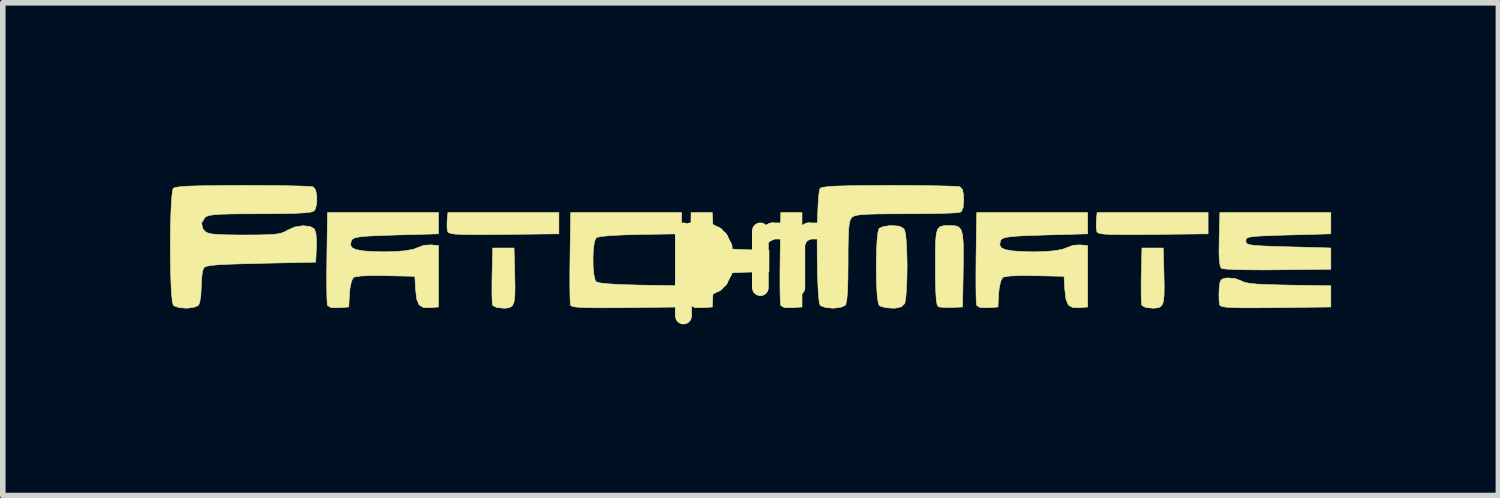
<source format=kicad_pcb>
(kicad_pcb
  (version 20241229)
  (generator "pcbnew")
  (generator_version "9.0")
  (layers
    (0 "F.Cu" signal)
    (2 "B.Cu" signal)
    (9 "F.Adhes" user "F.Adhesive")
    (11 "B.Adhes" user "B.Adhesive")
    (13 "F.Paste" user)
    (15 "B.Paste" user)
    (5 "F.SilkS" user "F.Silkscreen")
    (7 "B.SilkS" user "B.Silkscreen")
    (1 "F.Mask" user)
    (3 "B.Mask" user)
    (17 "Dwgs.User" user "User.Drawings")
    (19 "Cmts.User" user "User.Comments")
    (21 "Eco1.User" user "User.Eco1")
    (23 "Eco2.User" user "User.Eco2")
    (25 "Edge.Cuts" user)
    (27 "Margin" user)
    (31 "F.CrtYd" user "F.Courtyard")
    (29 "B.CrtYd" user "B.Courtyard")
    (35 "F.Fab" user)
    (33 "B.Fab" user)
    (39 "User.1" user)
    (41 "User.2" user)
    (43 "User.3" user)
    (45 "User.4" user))
  (footprint "pm"
    (layer "F.Cu")
    (at 10.549 1.418)
    (property "Reference" "pm" (at 0 0 0) (layer "F.SilkS") (effects (font (size 1.524 1.524) (thickness 0.3))))
    (attr through_hole)
    (fp_poly (pts (xy 0.783 1.037) (xy 0.603 1.05) (xy 0.465 1.047) (xy 0.402 1.01) (xy 0.401 1.007) (xy 0.395 0.948) (xy 0.39 0.819) (xy 0.388 0.634) (xy 0.388 0.407) (xy 0.391 0.152) (xy 0.391 0.147) (xy 0.402 -0.656) (xy 0.783 -0.656) (xy 0.783 1.037)) (stroke (width 0.01) (type solid)) (fill yes) (layer "F.SilkS"))
    (fp_poly (pts (xy -3.577 -0.275) (xy -4.562 -0.264) (xy -4.884 -0.261) (xy -5.13 -0.261) (xy -5.311 -0.264) (xy -5.436 -0.27) (xy -5.515 -0.281) (xy -5.557 -0.297) (xy -5.571 -0.313) (xy -5.583 -0.395) (xy -5.581 -0.511) (xy -5.58 -0.515) (xy -5.567 -0.656) (xy -3.577 -0.656) (xy -3.577 -0.275)) (stroke (width 0.01) (type solid)) (fill yes) (layer "F.SilkS"))
    (fp_poly (pts (xy 8.065 -0.275) (xy 7.079 -0.264) (xy 6.758 -0.261) (xy 6.512 -0.261) (xy 6.331 -0.264) (xy 6.206 -0.27) (xy 6.127 -0.281) (xy 6.085 -0.297) (xy 6.071 -0.313) (xy 6.059 -0.395) (xy 6.061 -0.511) (xy 6.061 -0.515) (xy 6.075 -0.656) (xy 8.065 -0.656) (xy 8.065 -0.275)) (stroke (width 0.01) (type solid)) (fill yes) (layer "F.SilkS"))
    (fp_poly (pts (xy -4.369 0.423) (xy -4.364 0.667) (xy -4.367 0.839) (xy -4.382 0.952) (xy -4.413 1.017) (xy -4.464 1.049) (xy -4.54 1.058) (xy -4.574 1.058) (xy -4.695 1.045) (xy -4.762 1.01) (xy -4.765 1.003) (xy -4.773 0.94) (xy -4.777 0.812) (xy -4.777 0.639) (xy -4.775 0.463) (xy -4.763 -0.021) (xy -4.381 -0.021) (xy -4.369 0.423)) (stroke (width 0.01) (type solid)) (fill yes) (layer "F.SilkS"))
    (fp_poly (pts (xy 7.273 0.423) (xy 7.278 0.667) (xy 7.275 0.839) (xy 7.26 0.952) (xy 7.229 1.017) (xy 7.178 1.049) (xy 7.102 1.058) (xy 7.068 1.058) (xy 6.946 1.045) (xy 6.88 1.01) (xy 6.876 1.003) (xy 6.869 0.94) (xy 6.865 0.812) (xy 6.864 0.639) (xy 6.867 0.463) (xy 6.879 -0.021) (xy 7.26 -0.021) (xy 7.273 0.423)) (stroke (width 0.01) (type solid)) (fill yes) (layer "F.SilkS"))
    (fp_poly (pts (xy 8.548 0.526) (xy 8.657 0.568) (xy 8.713 0.593) (xy 8.802 0.612) (xy 8.935 0.626) (xy 9.125 0.635) (xy 9.382 0.642) (xy 9.511 0.645) (xy 10.266 0.656) (xy 10.266 1.037) (xy 9.281 1.049) (xy 8.958 1.051) (xy 8.711 1.052) (xy 8.529 1.048) (xy 8.404 1.042) (xy 8.325 1.03) (xy 8.284 1.015) (xy 8.273 1.001) (xy 8.262 0.926) (xy 8.26 0.802) (xy 8.263 0.735) (xy 8.274 0.612) (xy 8.299 0.549) (xy 8.353 0.524) (xy 8.417 0.516) (xy 8.548 0.526)) (stroke (width 0.01) (type solid)) (fill yes) (layer "F.SilkS"))
    (fp_poly (pts (xy 3.448 -0.423) (xy 3.532 -0.419) (xy 3.593 -0.397) (xy 3.635 -0.347) (xy 3.661 -0.257) (xy 3.674 -0.117) (xy 3.677 0.085) (xy 3.674 0.36) (xy 3.674 0.365) (xy 3.662 1.037) (xy 3.471 1.045) (xy 3.344 1.046) (xy 3.248 1.037) (xy 3.228 1.031) (xy 3.207 0.998) (xy 3.191 0.913) (xy 3.182 0.768) (xy 3.176 0.553) (xy 3.175 0.319) (xy 3.175 0.052) (xy 3.179 -0.142) (xy 3.191 -0.274) (xy 3.215 -0.357) (xy 3.256 -0.401) (xy 3.317 -0.42) (xy 3.403 -0.423) (xy 3.448 -0.423)) (stroke (width 0.01) (type solid)) (fill yes) (layer "F.SilkS"))
    (fp_poly (pts (xy -0.813 -0.374) (xy -0.799 -0.216) (xy -0.773 -0.098) (xy -0.747 -0.048) (xy -0.684 -0.028) (xy -0.557 -0.01) (xy -0.387 0.003) (xy -0.252 0.009) (xy 0.191 0.021) (xy 0.191 0.402) (xy -0.252 0.414) (xy -0.441 0.423) (xy -0.6 0.438) (xy -0.711 0.457) (xy -0.747 0.471) (xy -0.777 0.534) (xy -0.802 0.654) (xy -0.813 0.776) (xy -0.826 1.037) (xy -1.006 1.05) (xy -1.144 1.047) (xy -1.206 1.01) (xy -1.208 1.007) (xy -1.214 0.948) (xy -1.218 0.819) (xy -1.221 0.634) (xy -1.221 0.407) (xy -1.218 0.152) (xy -1.218 0.147) (xy -1.206 -0.656) (xy -0.826 -0.656) (xy -0.813 -0.374)) (stroke (width 0.01) (type solid)) (fill yes) (layer "F.SilkS"))
    (fp_poly (pts (xy 2.531 -0.411) (xy 2.604 -0.369) (xy 2.623 -0.341) (xy 2.639 -0.27) (xy 2.653 -0.133) (xy 2.662 0.053) (xy 2.667 0.268) (xy 2.667 0.318) (xy 2.664 0.536) (xy 2.655 0.73) (xy 2.643 0.88) (xy 2.627 0.967) (xy 2.623 0.976) (xy 2.566 1.033) (xy 2.46 1.057) (xy 2.399 1.058) (xy 2.274 1.047) (xy 2.183 1.019) (xy 2.167 1.008) (xy 2.147 0.945) (xy 2.131 0.816) (xy 2.12 0.641) (xy 2.115 0.436) (xy 2.115 0.221) (xy 2.12 0.014) (xy 2.13 -0.165) (xy 2.145 -0.3) (xy 2.165 -0.37) (xy 2.167 -0.373) (xy 2.239 -0.404) (xy 2.357 -0.422) (xy 2.399 -0.423) (xy 2.531 -0.411)) (stroke (width 0.01) (type solid)) (fill yes) (layer "F.SilkS"))
    (fp_poly (pts (xy 10.266 -0.275) (xy 9.504 -0.254) (xy 9.233 -0.246) (xy 9.035 -0.238) (xy 8.899 -0.229) (xy 8.813 -0.217) (xy 8.766 -0.201) (xy 8.746 -0.178) (xy 8.742 -0.148) (xy 8.742 -0.148) (xy 8.746 -0.118) (xy 8.766 -0.095) (xy 8.813 -0.079) (xy 8.899 -0.067) (xy 9.035 -0.058) (xy 9.233 -0.05) (xy 9.504 -0.042) (xy 9.504 -0.042) (xy 10.266 -0.021) (xy 10.266 0.36) (xy 9.313 0.37) (xy 9.036 0.372) (xy 8.785 0.37) (xy 8.574 0.366) (xy 8.416 0.359) (xy 8.324 0.35) (xy 8.306 0.346) (xy 8.282 0.304) (xy 8.267 0.21) (xy 8.261 0.054) (xy 8.264 -0.173) (xy 8.276 -0.656) (xy 10.266 -0.656) (xy 10.266 -0.275)) (stroke (width 0.01) (type solid)) (fill yes) (layer "F.SilkS"))
    (fp_poly (pts (xy -1.376 -0.275) (xy -2.114 -0.264) (xy -2.402 -0.256) (xy -2.634 -0.245) (xy -2.8 -0.23) (xy -2.893 -0.212) (xy -2.907 -0.205) (xy -2.938 -0.138) (xy -2.957 -0.013) (xy -2.965 0.146) (xy -2.963 0.311) (xy -2.949 0.457) (xy -2.925 0.559) (xy -2.907 0.586) (xy -2.843 0.605) (xy -2.701 0.621) (xy -2.492 0.634) (xy -2.223 0.642) (xy -2.114 0.645) (xy -1.376 0.656) (xy -1.376 1.037) (xy -2.361 1.049) (xy -2.689 1.051) (xy -2.94 1.051) (xy -3.125 1.047) (xy -3.251 1.04) (xy -3.328 1.028) (xy -3.363 1.011) (xy -3.367 1.005) (xy -3.374 0.947) (xy -3.378 0.818) (xy -3.38 0.634) (xy -3.38 0.407) (xy -3.377 0.153) (xy -3.377 0.147) (xy -3.365 -0.656) (xy -1.376 -0.656) (xy -1.376 -0.275)) (stroke (width 0.01) (type solid)) (fill yes) (layer "F.SilkS"))
    (fp_poly (pts (xy -5.736 -0.275) (xy -6.494 -0.254) (xy -6.77 -0.245) (xy -6.974 -0.236) (xy -7.116 -0.225) (xy -7.209 -0.21) (xy -7.264 -0.191) (xy -7.293 -0.166) (xy -7.296 -0.162) (xy -7.315 -0.079) (xy -7.284 -0.025) (xy -7.215 0.008) (xy -7.082 0.031) (xy -6.906 0.044) (xy -6.708 0.048) (xy -6.509 0.043) (xy -6.329 0.028) (xy -6.189 0.003) (xy -6.119 -0.024) (xy -6.002 -0.068) (xy -5.877 -0.077) (xy -5.736 -0.064) (xy -5.736 1.037) (xy -5.888 1.05) (xy -6.008 1.046) (xy -6.083 0.999) (xy -6.126 0.897) (xy -6.146 0.725) (xy -6.146 0.718) (xy -6.16 0.487) (xy -6.683 0.475) (xy -6.943 0.473) (xy -7.13 0.481) (xy -7.24 0.499) (xy -7.263 0.51) (xy -7.297 0.578) (xy -7.323 0.701) (xy -7.332 0.797) (xy -7.345 1.037) (xy -7.525 1.05) (xy -7.663 1.047) (xy -7.726 1.01) (xy -7.727 1.007) (xy -7.733 0.948) (xy -7.738 0.819) (xy -7.74 0.634) (xy -7.74 0.407) (xy -7.737 0.152) (xy -7.737 0.147) (xy -7.726 -0.656) (xy -5.736 -0.656) (xy -5.736 -0.275)) (stroke (width 0.01) (type solid)) (fill yes) (layer "F.SilkS"))
    (fp_poly (pts (xy 5.905 -0.275) (xy 5.148 -0.254) (xy 4.872 -0.245) (xy 4.668 -0.236) (xy 4.526 -0.225) (xy 4.433 -0.21) (xy 4.378 -0.191) (xy 4.348 -0.166) (xy 4.346 -0.162) (xy 4.327 -0.079) (xy 4.357 -0.025) (xy 4.427 0.008) (xy 4.56 0.031) (xy 4.736 0.044) (xy 4.933 0.048) (xy 5.133 0.043) (xy 5.313 0.028) (xy 5.453 0.003) (xy 5.523 -0.024) (xy 5.64 -0.068) (xy 5.765 -0.077) (xy 5.905 -0.064) (xy 5.905 1.037) (xy 5.754 1.05) (xy 5.634 1.046) (xy 5.558 0.999) (xy 5.516 0.897) (xy 5.496 0.725) (xy 5.495 0.718) (xy 5.482 0.487) (xy 4.959 0.475) (xy 4.699 0.473) (xy 4.511 0.481) (xy 4.402 0.499) (xy 4.379 0.51) (xy 4.345 0.578) (xy 4.319 0.701) (xy 4.309 0.797) (xy 4.297 1.037) (xy 4.117 1.05) (xy 3.978 1.047) (xy 3.916 1.01) (xy 3.914 1.007) (xy 3.908 0.948) (xy 3.904 0.819) (xy 3.902 0.634) (xy 3.902 0.407) (xy 3.904 0.152) (xy 3.904 0.147) (xy 3.916 -0.656) (xy 5.905 -0.656) (xy 5.905 -0.275)) (stroke (width 0.01) (type solid)) (fill yes) (layer "F.SilkS"))
    (fp_poly (pts (xy 2.667 -1.142) (xy 2.953 -1.14) (xy 3.203 -1.136) (xy 3.403 -1.131) (xy 3.544 -1.125) (xy 3.613 -1.118) (xy 3.616 -1.117) (xy 3.661 -1.069) (xy 3.681 -0.96) (xy 3.683 -0.889) (xy 3.673 -0.748) (xy 3.639 -0.675) (xy 3.616 -0.661) (xy 3.555 -0.653) (xy 3.423 -0.646) (xy 3.234 -0.641) (xy 3 -0.637) (xy 2.735 -0.635) (xy 2.645 -0.635) (xy 2.339 -0.634) (xy 2.106 -0.631) (xy 1.935 -0.625) (xy 1.817 -0.616) (xy 1.74 -0.602) (xy 1.694 -0.583) (xy 1.675 -0.568) (xy 1.65 -0.531) (xy 1.632 -0.467) (xy 1.62 -0.364) (xy 1.613 -0.211) (xy 1.609 0.005) (xy 1.609 0.227) (xy 1.606 0.532) (xy 1.599 0.757) (xy 1.586 0.908) (xy 1.568 0.991) (xy 1.558 1.008) (xy 1.485 1.04) (xy 1.369 1.057) (xy 1.333 1.058) (xy 1.211 1.047) (xy 1.122 1.017) (xy 1.109 1.008) (xy 1.092 0.949) (xy 1.078 0.82) (xy 1.068 0.637) (xy 1.06 0.412) (xy 1.056 0.161) (xy 1.055 -0.101) (xy 1.057 -0.359) (xy 1.063 -0.6) (xy 1.072 -0.809) (xy 1.084 -0.97) (xy 1.099 -1.069) (xy 1.109 -1.092) (xy 1.152 -1.108) (xy 1.247 -1.121) (xy 1.402 -1.131) (xy 1.623 -1.137) (xy 1.914 -1.141) (xy 2.283 -1.143) (xy 2.355 -1.143) (xy 2.667 -1.142)) (stroke (width 0.01) (type solid)) (fill yes) (layer "F.SilkS"))
    (fp_poly (pts (xy -8.933 -1.142) (xy -8.646 -1.14) (xy -8.397 -1.136) (xy -8.196 -1.131) (xy -8.055 -1.125) (xy -7.986 -1.118) (xy -7.983 -1.117) (xy -7.94 -1.061) (xy -7.918 -0.956) (xy -7.918 -0.834) (xy -7.941 -0.728) (xy -7.967 -0.686) (xy -8.015 -0.667) (xy -8.122 -0.653) (xy -8.294 -0.643) (xy -8.537 -0.637) (xy -8.858 -0.635) (xy -8.938 -0.635) (xy -9.247 -0.634) (xy -9.483 -0.631) (xy -9.656 -0.626) (xy -9.776 -0.616) (xy -9.855 -0.603) (xy -9.903 -0.584) (xy -9.924 -0.568) (xy -9.985 -0.467) (xy -9.962 -0.366) (xy -9.924 -0.321) (xy -9.884 -0.294) (xy -9.815 -0.275) (xy -9.705 -0.263) (xy -9.541 -0.257) (xy -9.31 -0.254) (xy -9.215 -0.254) (xy -8.963 -0.255) (xy -8.78 -0.26) (xy -8.651 -0.269) (xy -8.561 -0.286) (xy -8.495 -0.31) (xy -8.445 -0.339) (xy -8.315 -0.397) (xy -8.17 -0.42) (xy -8.04 -0.408) (xy -7.962 -0.364) (xy -7.934 -0.284) (xy -7.923 -0.143) (xy -7.925 -0.035) (xy -7.938 0.233) (xy -8.923 0.254) (xy -9.247 0.262) (xy -9.495 0.27) (xy -9.678 0.279) (xy -9.806 0.291) (xy -9.888 0.305) (xy -9.933 0.323) (xy -9.949 0.339) (xy -9.97 0.412) (xy -9.985 0.541) (xy -9.99 0.679) (xy -9.998 0.837) (xy -10.018 0.956) (xy -10.041 1.008) (xy -10.114 1.04) (xy -10.231 1.057) (xy -10.266 1.058) (xy -10.388 1.047) (xy -10.477 1.017) (xy -10.49 1.008) (xy -10.507 0.949) (xy -10.521 0.82) (xy -10.532 0.637) (xy -10.539 0.412) (xy -10.543 0.161) (xy -10.544 -0.101) (xy -10.542 -0.359) (xy -10.536 -0.6) (xy -10.527 -0.809) (xy -10.515 -0.97) (xy -10.5 -1.069) (xy -10.49 -1.092) (xy -10.448 -1.108) (xy -10.352 -1.121) (xy -10.197 -1.131) (xy -9.977 -1.137) (xy -9.685 -1.141) (xy -9.316 -1.143) (xy -9.245 -1.143) (xy -8.933 -1.142)) (stroke (width 0.01) (type solid)) (fill yes) (layer "F.SilkS")))
  (gr_rect
    (start -3 -3)
    (end 23.82 5.836)
    (stroke (width 0.1) (type default))
    (fill no)
    (layer "Edge.Cuts")))
</source>
